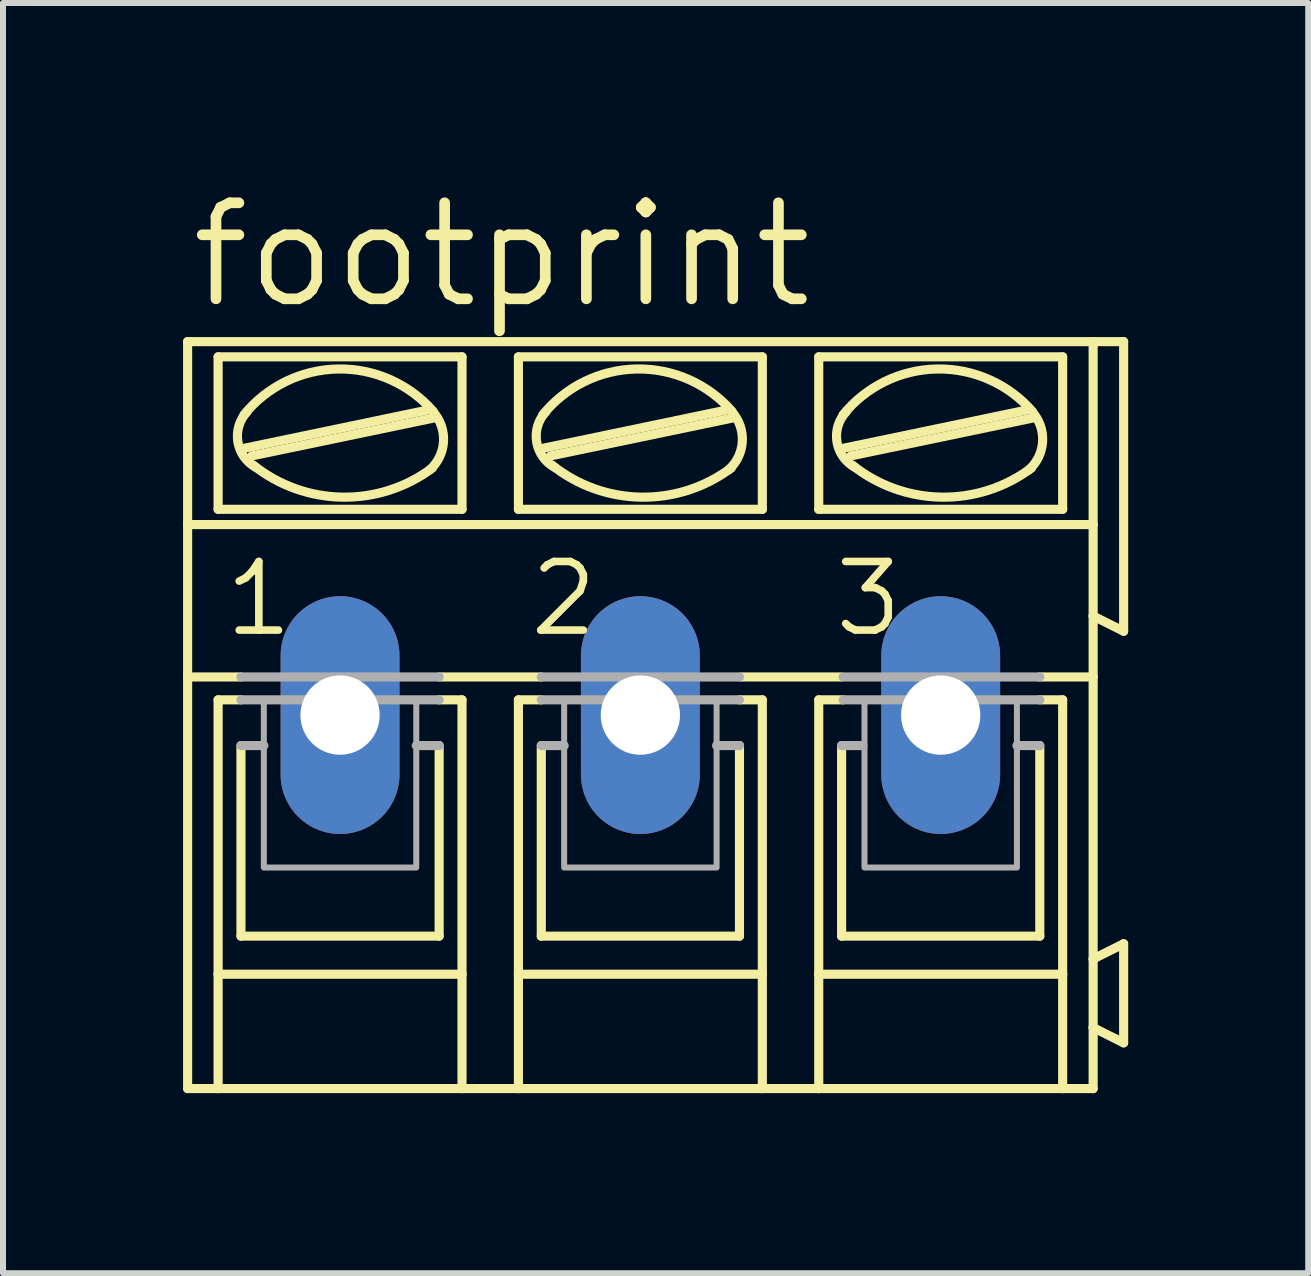
<source format=kicad_pcb>
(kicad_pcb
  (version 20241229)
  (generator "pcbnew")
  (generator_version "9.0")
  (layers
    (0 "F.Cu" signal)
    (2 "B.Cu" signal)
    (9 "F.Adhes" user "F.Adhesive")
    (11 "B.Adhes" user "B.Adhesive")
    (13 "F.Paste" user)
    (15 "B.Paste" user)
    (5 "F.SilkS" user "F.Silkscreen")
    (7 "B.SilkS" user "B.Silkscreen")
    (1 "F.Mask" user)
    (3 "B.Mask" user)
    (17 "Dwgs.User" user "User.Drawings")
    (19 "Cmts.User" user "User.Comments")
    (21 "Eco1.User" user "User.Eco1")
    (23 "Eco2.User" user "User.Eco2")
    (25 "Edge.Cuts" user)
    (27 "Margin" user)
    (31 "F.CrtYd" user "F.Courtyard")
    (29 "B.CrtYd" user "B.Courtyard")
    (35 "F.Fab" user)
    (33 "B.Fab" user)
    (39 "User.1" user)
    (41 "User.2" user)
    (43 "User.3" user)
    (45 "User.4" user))
  (footprint "footprint"
    (layer "F.Cu")
    (at 7.62 8.865)
    (property "Reference" "footprint" (at -7.569 -6.731 0) (layer "F.SilkS") (effects (font (size 1.6 1.6) (thickness 0.178)) (justify left bottom)))
    (fp_line (start -7.544 -3.175) (end -7.544 -6.223) (stroke (width 0.152) (type solid)) (layer "F.SilkS"))
    (fp_line (start -7.544 -3.175) (end 7.544 -3.175) (stroke (width 0.152) (type solid)) (layer "F.SilkS"))
    (fp_line (start -7.544 -0.635) (end -7.544 -3.175) (stroke (width 0.152) (type solid)) (layer "F.SilkS"))
    (fp_line (start -7.544 -0.635) (end -6.655 -0.635) (stroke (width 0.152) (type solid)) (layer "F.SilkS"))
    (fp_line (start -7.544 6.223) (end -7.544 -0.635) (stroke (width 0.152) (type solid)) (layer "F.SilkS"))
    (fp_line (start -7.544 6.223) (end -7.036 6.223) (stroke (width 0.152) (type solid)) (layer "F.SilkS"))
    (fp_line (start -7.036 -3.429) (end -7.036 -5.969) (stroke (width 0.152) (type solid)) (layer "F.SilkS"))
    (fp_line (start -7.036 -0.254) (end -7.036 4.318) (stroke (width 0.152) (type solid)) (layer "F.SilkS"))
    (fp_line (start -7.036 -0.254) (end -6.655 -0.254) (stroke (width 0.152) (type solid)) (layer "F.SilkS"))
    (fp_line (start -7.036 4.318) (end -7.036 6.223) (stroke (width 0.152) (type solid)) (layer "F.SilkS"))
    (fp_line (start -7.036 6.223) (end -2.972 6.223) (stroke (width 0.152) (type solid)) (layer "F.SilkS"))
    (fp_line (start -6.655 3.683) (end -6.655 0.508) (stroke (width 0.152) (type solid)) (layer "F.SilkS"))
    (fp_line (start -6.604 -4.445) (end -3.556 -5.08) (stroke (width 0.152) (type solid)) (layer "F.SilkS"))
    (fp_line (start -6.477 -4.318) (end -3.429 -4.953) (stroke (width 0.152) (type solid)) (layer "F.SilkS"))
    (fp_line (start -3.353 -0.635) (end -1.651 -0.635) (stroke (width 0.152) (type solid)) (layer "F.SilkS"))
    (fp_line (start -3.353 3.683) (end -6.655 3.683) (stroke (width 0.152) (type solid)) (layer "F.SilkS"))
    (fp_line (start -3.353 3.683) (end -3.353 0.508) (stroke (width 0.152) (type solid)) (layer "F.SilkS"))
    (fp_line (start -2.972 -5.969) (end -7.036 -5.969) (stroke (width 0.152) (type solid)) (layer "F.SilkS"))
    (fp_line (start -2.972 -3.429) (end -7.036 -3.429) (stroke (width 0.152) (type solid)) (layer "F.SilkS"))
    (fp_line (start -2.972 -3.429) (end -2.972 -5.969) (stroke (width 0.152) (type solid)) (layer "F.SilkS"))
    (fp_line (start -2.972 -0.254) (end -3.353 -0.254) (stroke (width 0.152) (type solid)) (layer "F.SilkS"))
    (fp_line (start -2.972 4.318) (end -7.036 4.318) (stroke (width 0.152) (type solid)) (layer "F.SilkS"))
    (fp_line (start -2.972 4.318) (end -2.972 -0.254) (stroke (width 0.152) (type solid)) (layer "F.SilkS"))
    (fp_line (start -2.972 6.223) (end -2.972 4.318) (stroke (width 0.152) (type solid)) (layer "F.SilkS"))
    (fp_line (start -2.972 6.223) (end -2.032 6.223) (stroke (width 0.152) (type solid)) (layer "F.SilkS"))
    (fp_line (start -2.032 -5.969) (end 2.032 -5.969) (stroke (width 0.152) (type solid)) (layer "F.SilkS"))
    (fp_line (start -2.032 -3.429) (end -2.032 -5.969) (stroke (width 0.152) (type solid)) (layer "F.SilkS"))
    (fp_line (start -2.032 -0.254) (end -1.651 -0.254) (stroke (width 0.152) (type solid)) (layer "F.SilkS"))
    (fp_line (start -2.032 4.318) (end -2.032 -0.254) (stroke (width 0.152) (type solid)) (layer "F.SilkS"))
    (fp_line (start -2.032 4.318) (end 2.032 4.318) (stroke (width 0.152) (type solid)) (layer "F.SilkS"))
    (fp_line (start -2.032 6.223) (end -2.032 4.318) (stroke (width 0.152) (type solid)) (layer "F.SilkS"))
    (fp_line (start -2.032 6.223) (end 2.032 6.223) (stroke (width 0.152) (type solid)) (layer "F.SilkS"))
    (fp_line (start -1.651 3.683) (end -1.651 0.508) (stroke (width 0.152) (type solid)) (layer "F.SilkS"))
    (fp_line (start -1.626 -4.445) (end 1.422 -5.08) (stroke (width 0.152) (type solid)) (layer "F.SilkS"))
    (fp_line (start -1.499 -4.318) (end 1.549 -4.953) (stroke (width 0.152) (type solid)) (layer "F.SilkS"))
    (fp_line (start 1.651 3.683) (end -1.651 3.683) (stroke (width 0.152) (type solid)) (layer "F.SilkS"))
    (fp_line (start 1.651 3.683) (end 1.651 0.508) (stroke (width 0.152) (type solid)) (layer "F.SilkS"))
    (fp_line (start 1.676 -0.635) (end 3.353 -0.635) (stroke (width 0.152) (type solid)) (layer "F.SilkS"))
    (fp_line (start 2.032 -5.969) (end 2.032 -3.429) (stroke (width 0.152) (type solid)) (layer "F.SilkS"))
    (fp_line (start 2.032 -3.429) (end -2.032 -3.429) (stroke (width 0.152) (type solid)) (layer "F.SilkS"))
    (fp_line (start 2.032 -0.254) (end 1.651 -0.254) (stroke (width 0.152) (type solid)) (layer "F.SilkS"))
    (fp_line (start 2.032 -0.254) (end 2.032 4.318) (stroke (width 0.152) (type solid)) (layer "F.SilkS"))
    (fp_line (start 2.032 4.318) (end 2.032 6.223) (stroke (width 0.152) (type solid)) (layer "F.SilkS"))
    (fp_line (start 2.032 6.223) (end 2.972 6.223) (stroke (width 0.152) (type solid)) (layer "F.SilkS"))
    (fp_line (start 2.972 -5.969) (end 7.036 -5.969) (stroke (width 0.152) (type solid)) (layer "F.SilkS"))
    (fp_line (start 2.972 -3.429) (end 2.972 -5.969) (stroke (width 0.152) (type solid)) (layer "F.SilkS"))
    (fp_line (start 2.972 -0.254) (end 3.378 -0.254) (stroke (width 0.152) (type solid)) (layer "F.SilkS"))
    (fp_line (start 2.972 4.318) (end 2.972 -0.254) (stroke (width 0.152) (type solid)) (layer "F.SilkS"))
    (fp_line (start 2.972 4.318) (end 7.036 4.318) (stroke (width 0.152) (type solid)) (layer "F.SilkS"))
    (fp_line (start 2.972 6.223) (end 2.972 4.318) (stroke (width 0.152) (type solid)) (layer "F.SilkS"))
    (fp_line (start 2.972 6.223) (end 7.036 6.223) (stroke (width 0.152) (type solid)) (layer "F.SilkS"))
    (fp_line (start 3.353 3.683) (end 3.353 0.508) (stroke (width 0.152) (type solid)) (layer "F.SilkS"))
    (fp_line (start 3.378 -4.445) (end 6.426 -5.08) (stroke (width 0.152) (type solid)) (layer "F.SilkS"))
    (fp_line (start 3.505 -4.318) (end 6.553 -4.953) (stroke (width 0.152) (type solid)) (layer "F.SilkS"))
    (fp_line (start 6.655 3.683) (end 3.353 3.683) (stroke (width 0.152) (type solid)) (layer "F.SilkS"))
    (fp_line (start 6.655 3.683) (end 6.655 0.508) (stroke (width 0.152) (type solid)) (layer "F.SilkS"))
    (fp_line (start 7.036 -5.969) (end 7.036 -3.429) (stroke (width 0.152) (type solid)) (layer "F.SilkS"))
    (fp_line (start 7.036 -3.429) (end 2.972 -3.429) (stroke (width 0.152) (type solid)) (layer "F.SilkS"))
    (fp_line (start 7.036 -0.254) (end 6.655 -0.254) (stroke (width 0.152) (type solid)) (layer "F.SilkS"))
    (fp_line (start 7.036 -0.254) (end 7.036 4.318) (stroke (width 0.152) (type solid)) (layer "F.SilkS"))
    (fp_line (start 7.036 4.318) (end 7.036 6.223) (stroke (width 0.152) (type solid)) (layer "F.SilkS"))
    (fp_line (start 7.036 6.223) (end 7.544 6.223) (stroke (width 0.152) (type solid)) (layer "F.SilkS"))
    (fp_line (start 7.544 -6.223) (end -7.544 -6.223) (stroke (width 0.152) (type solid)) (layer "F.SilkS"))
    (fp_line (start 7.544 -6.223) (end 7.544 -3.175) (stroke (width 0.152) (type solid)) (layer "F.SilkS"))
    (fp_line (start 7.544 -6.223) (end 8.052 -6.223) (stroke (width 0.152) (type solid)) (layer "F.SilkS"))
    (fp_line (start 7.544 -3.175) (end 7.544 -1.651) (stroke (width 0.152) (type solid)) (layer "F.SilkS"))
    (fp_line (start 7.544 -1.651) (end 7.544 -0.635) (stroke (width 0.152) (type solid)) (layer "F.SilkS"))
    (fp_line (start 7.544 -0.635) (end 6.655 -0.635) (stroke (width 0.152) (type solid)) (layer "F.SilkS"))
    (fp_line (start 7.544 -0.635) (end 7.544 4.064) (stroke (width 0.152) (type solid)) (layer "F.SilkS"))
    (fp_line (start 7.544 4.064) (end 7.544 5.207) (stroke (width 0.152) (type solid)) (layer "F.SilkS"))
    (fp_line (start 7.544 5.207) (end 7.544 6.223) (stroke (width 0.152) (type solid)) (layer "F.SilkS"))
    (fp_line (start 8.052 -6.223) (end 8.052 -1.397) (stroke (width 0.152) (type solid)) (layer "F.SilkS"))
    (fp_line (start 8.052 -1.397) (end 7.544 -1.651) (stroke (width 0.152) (type solid)) (layer "F.SilkS"))
    (fp_line (start 8.052 3.81) (end 7.544 4.064) (stroke (width 0.152) (type solid)) (layer "F.SilkS"))
    (fp_line (start 8.052 3.81) (end 8.052 5.461) (stroke (width 0.152) (type solid)) (layer "F.SilkS"))
    (fp_line (start 8.052 5.461) (end 7.544 5.207) (stroke (width 0.152) (type solid)) (layer "F.SilkS"))
    (fp_arc (start -6.604 -5.0038) (mid -5.039626 -5.76695) (end -3.449599 -5.058801) (stroke (width 0.1524) (type solid)) (layer "F.SilkS"))
    (fp_arc (start -6.409501 -4.129699) (mid -6.707425 -4.557025) (end -6.5532 -5.0546) (stroke (width 0.1524) (type solid)) (layer "F.SilkS"))
    (fp_arc (start -3.463801 -4.118799) (mid -4.965704 -3.631242) (end -6.4516 -4.1656) (stroke (width 0.1524) (type solid)) (layer "F.SilkS"))
    (fp_arc (start -3.454499 -5.054499) (mid -3.280139 -4.558083) (end -3.5102 -4.0849) (stroke (width 0.1524) (type solid)) (layer "F.SilkS"))
    (fp_arc (start -1.6256 -5.0038) (mid -0.061226 -5.76695) (end 1.528801 -5.058801) (stroke (width 0.1524) (type solid)) (layer "F.SilkS"))
    (fp_arc (start -1.431101 -4.129699) (mid -1.729025 -4.557025) (end -1.5748 -5.0546) (stroke (width 0.1524) (type solid)) (layer "F.SilkS"))
    (fp_arc (start 1.5146 -4.118901) (mid 0.012714 -3.631283) (end -1.4732 -4.1656) (stroke (width 0.1524) (type solid)) (layer "F.SilkS"))
    (fp_arc (start 1.5239 -5.0545) (mid 1.69826 -4.558084) (end 1.4682 -4.0849) (stroke (width 0.1524) (type solid)) (layer "F.SilkS"))
    (fp_arc (start 3.3782 -5.0038) (mid 4.94252 -5.766807) (end 6.5324 -5.058598) (stroke (width 0.1524) (type solid)) (layer "F.SilkS"))
    (fp_arc (start 3.572698 -4.1297) (mid 3.274775 -4.557026) (end 3.429 -5.0546) (stroke (width 0.1524) (type solid)) (layer "F.SilkS"))
    (fp_arc (start 6.5184 -4.118901) (mid 5.016514 -3.631283) (end 3.5306 -4.1656) (stroke (width 0.1524) (type solid)) (layer "F.SilkS"))
    (fp_arc (start 6.5277 -5.0545) (mid 6.70206 -4.558084) (end 6.472 -4.0849) (stroke (width 0.1524) (type solid)) (layer "F.SilkS"))
    (fp_line (start -6.655 -0.635) (end -3.353 -0.635) (stroke (width 0.152) (type solid)) (layer "F.Fab"))
    (fp_line (start -6.655 0.508) (end -6.274 0.508) (stroke (width 0.152) (type solid)) (layer "F.Fab"))
    (fp_line (start -3.353 -0.254) (end -6.655 -0.254) (stroke (width 0.152) (type solid)) (layer "F.Fab"))
    (fp_line (start -3.353 0.508) (end -3.734 0.508) (stroke (width 0.152) (type solid)) (layer "F.Fab"))
    (fp_line (start -1.651 -0.254) (end 1.651 -0.254) (stroke (width 0.152) (type solid)) (layer "F.Fab"))
    (fp_line (start -1.651 0.508) (end -1.27 0.508) (stroke (width 0.152) (type solid)) (layer "F.Fab"))
    (fp_line (start 1.651 -0.635) (end -1.651 -0.635) (stroke (width 0.152) (type solid)) (layer "F.Fab"))
    (fp_line (start 1.651 0.508) (end 1.27 0.508) (stroke (width 0.152) (type solid)) (layer "F.Fab"))
    (fp_line (start 3.353 0.508) (end 3.708 0.508) (stroke (width 0.152) (type solid)) (layer "F.Fab"))
    (fp_line (start 3.378 -0.254) (end 6.655 -0.254) (stroke (width 0.152) (type solid)) (layer "F.Fab"))
    (fp_line (start 6.655 -0.635) (end 3.378 -0.635) (stroke (width 0.152) (type solid)) (layer "F.Fab"))
    (fp_line (start 6.655 0.508) (end 6.274 0.508) (stroke (width 0.152) (type solid)) (layer "F.Fab"))
    (fp_poly (pts (xy -6.274 2.54) (xy -3.734 2.54) (xy -3.734 -0.254) (xy -6.274 -0.254)) (stroke (width 0.1) (type solid)) (fill no) (layer "F.Fab"))
    (fp_poly (pts (xy -1.27 2.54) (xy 1.27 2.54) (xy 1.27 -0.254) (xy -1.27 -0.254)) (stroke (width 0.1) (type solid)) (fill no) (layer "F.Fab"))
    (fp_poly (pts (xy 3.734 2.54) (xy 6.274 2.54) (xy 6.274 -0.254) (xy 3.734 -0.254)) (stroke (width 0.1) (type solid)) (fill no) (layer "F.Fab"))
    (fp_text user "1" (at -6.985 -1.27 0) (layer "F.SilkS") (effects (font (size 1.143 1.143) (thickness 0.127)) (justify left bottom)))
    (fp_text user "2" (at -1.905 -1.27 0) (layer "F.SilkS") (effects (font (size 1.143 1.143) (thickness 0.127)) (justify left bottom)))
    (fp_text user "3" (at 3.175 -1.27 0) (layer "F.SilkS") (effects (font (size 1.143 1.143) (thickness 0.127)) (justify left bottom)))
    (pad "1" thru_hole oval (at -5.004 0 90) (size 3.962 1.981) (drill 1.321) (layers "*.Cu" "*.Mask"))
    (pad "2" thru_hole oval (at 0 0 90) (size 3.962 1.981) (drill 1.321) (layers "*.Cu" "*.Mask"))
    (pad "3" thru_hole oval (at 5.004 0 90) (size 3.962 1.981) (drill 1.321) (layers "*.Cu" "*.Mask")))
  (gr_rect
    (start -3 -3)
    (end 18.748 18.164)
    (stroke (width 0.1) (type default))
    (fill no)
    (layer "Edge.Cuts")))
</source>
